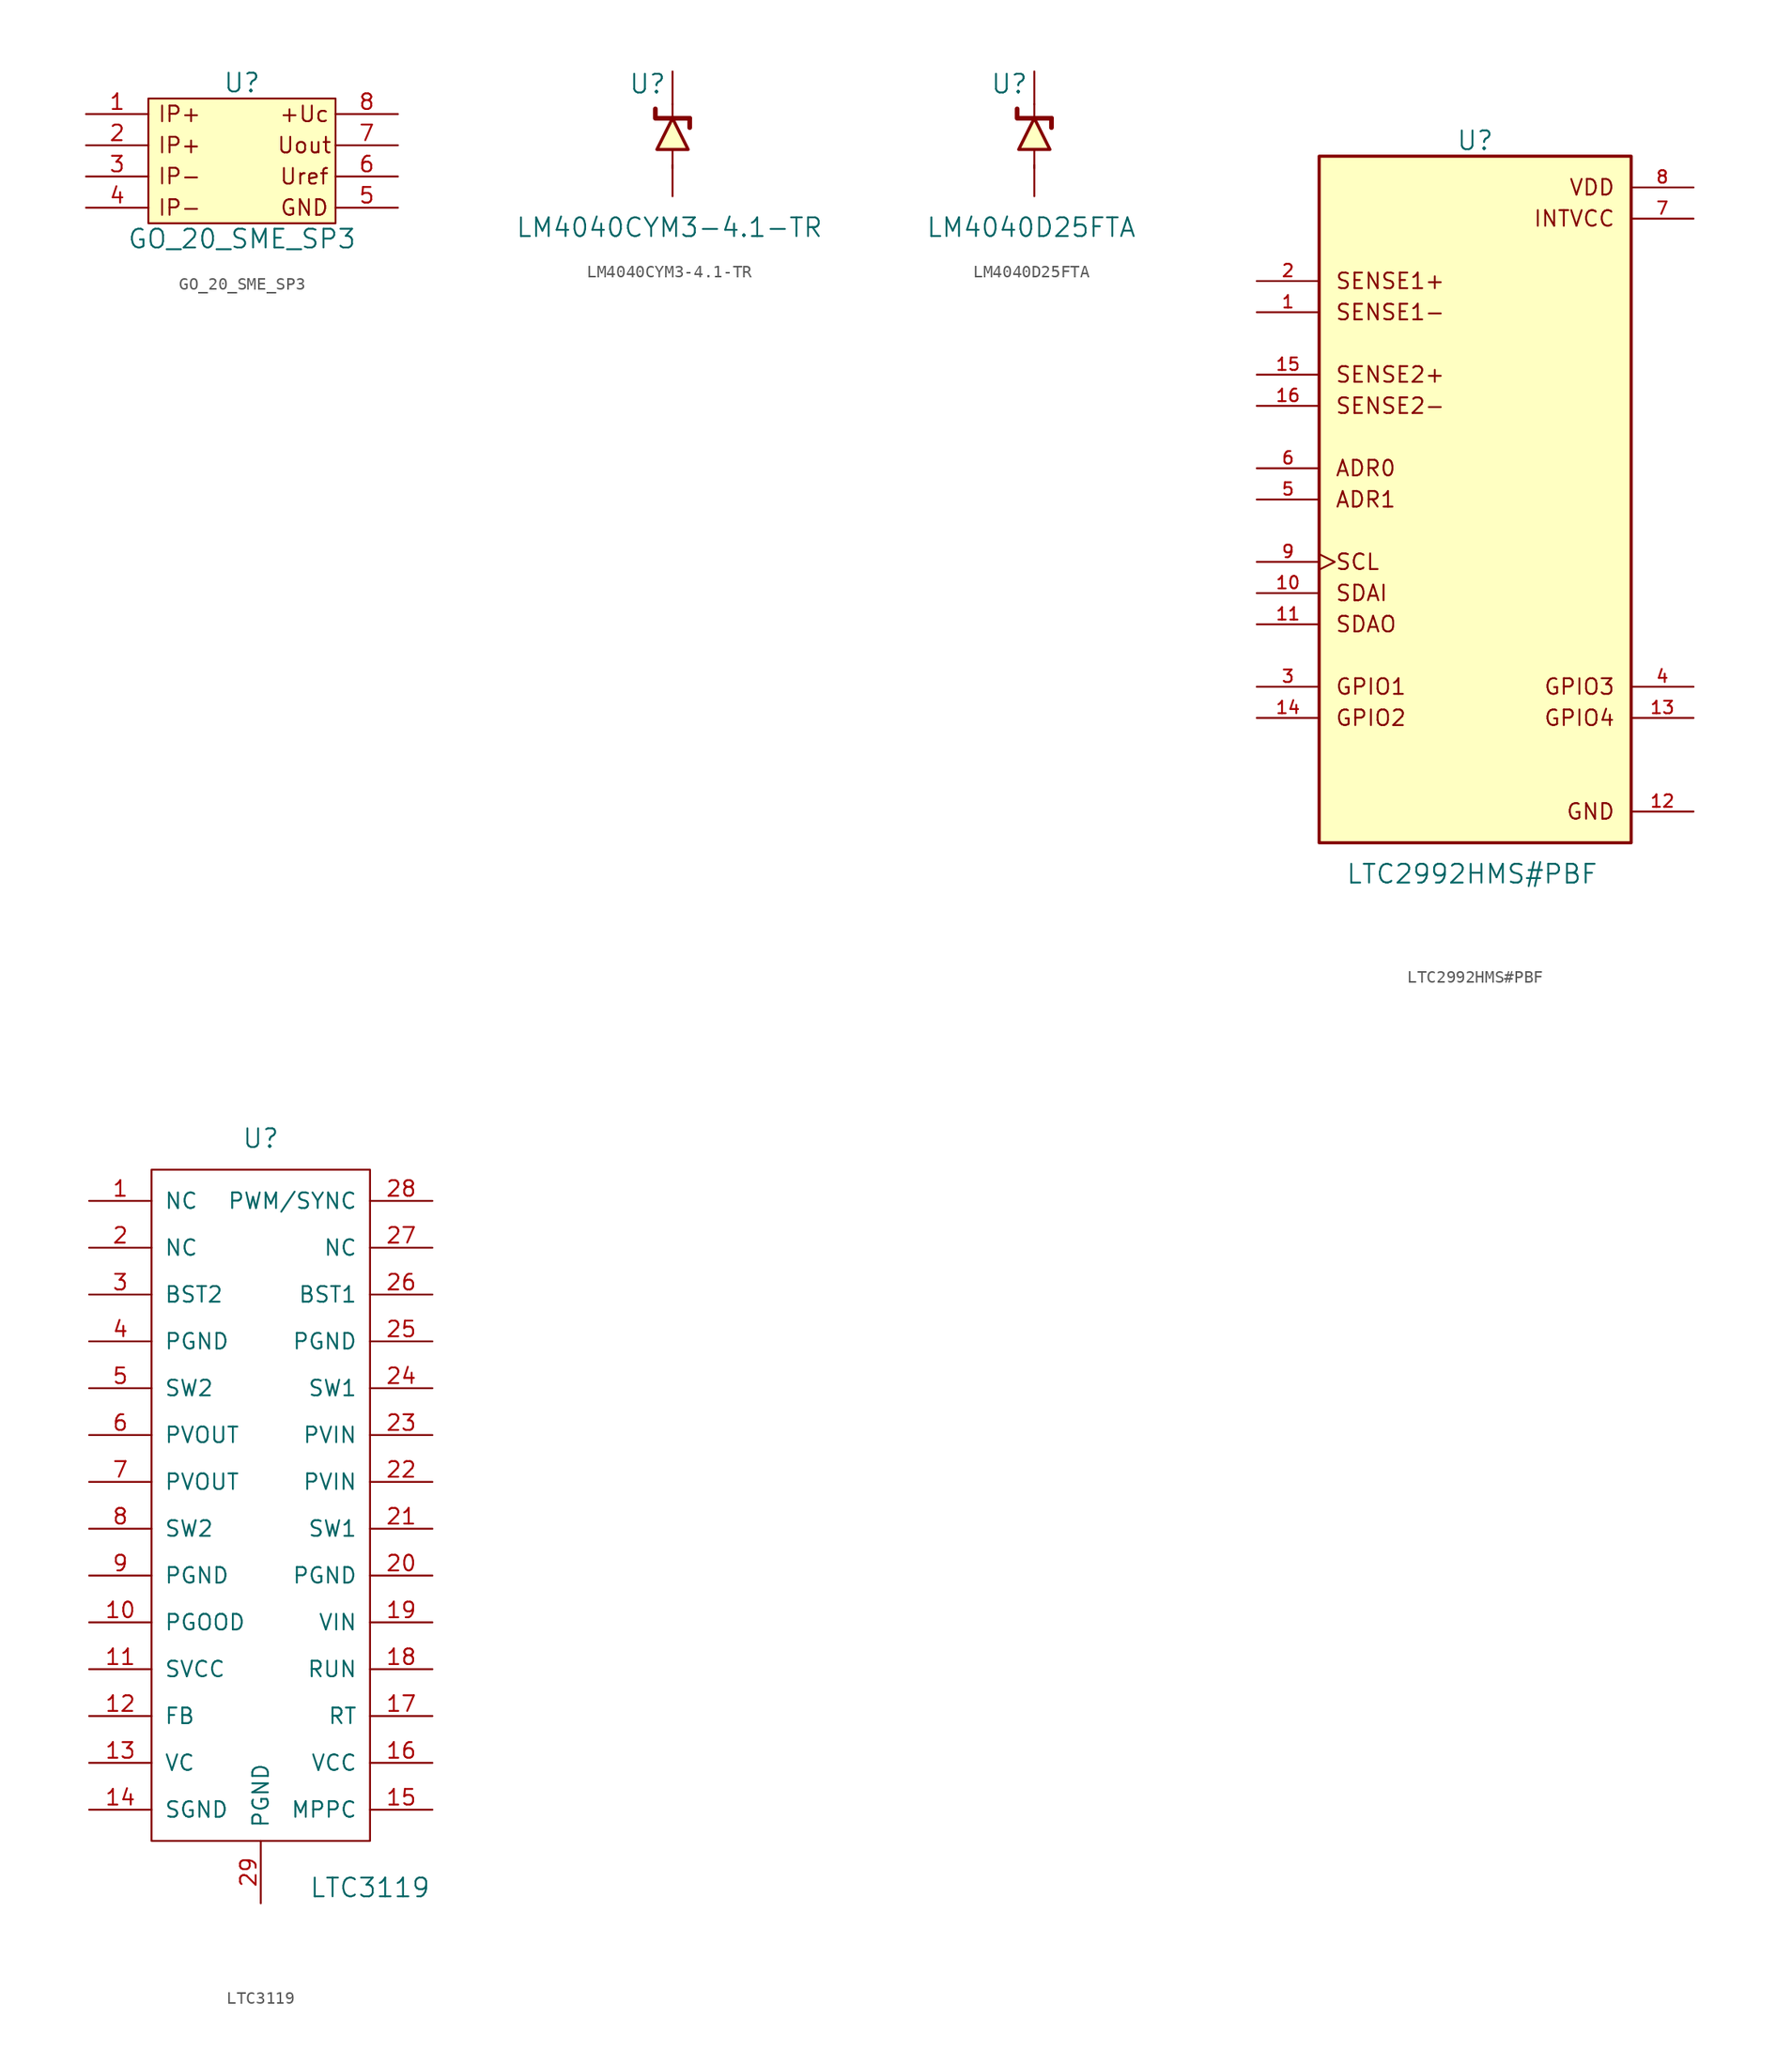
<source format=kicad_sym>
(kicad_symbol_lib
  (version 20220914)
  (generator kicad_symbol_editor)
  (symbol "GO_20_SME_SP3"
    (pin_names
      (offset 0) hide)
    (property "Reference" "U"
      (at 0 8.89 0)
      (effects (font (size 1.524 1.524))))
    (property "Value" "GO_20_SME_SP3"
      (at 0 -3.81 0)
      (effects (font (size 1.524 1.524))))
    (symbol "GO_20_SME_SP3_0_0"
      (rectangle (start -7.62 7.62) (end 7.62 -2.54) (stroke (width 0) (type default)) (fill (type background)))
      (text "+Uc" (at 5.08 6.35 0) (effects (font (size 1.27 1.27))))
      (text "GND" (at 5.08 -1.27 0) (effects (font (size 1.27 1.27))))
      (text "IP+" (at -5.08 3.81 0) (effects (font (size 1.27 1.27))))
      (text "IP+" (at -5.08 6.35 0) (effects (font (size 1.27 1.27))))
      (text "IP-" (at -5.08 -1.27 0) (effects (font (size 1.27 1.27))))
      (text "IP-" (at -5.08 2.032 0) (effects (font (size 1.27 1.27)) (justify top)))
      (text "Uout" (at 5.08 3.81 0) (effects (font (size 1.27 1.27))))
      (text "Uref" (at 5.08 1.27 0) (effects (font (size 1.27 1.27)))))
    (symbol "GO_20_SME_SP3_1_1"
      (pin input line (at -12.7 6.35 0) (length 5.08) (name "IP+" (effects (font (size 1.27 1.27)))) (number "1" (effects (font (size 1.27 1.27)))))
      (pin input line (at -12.7 3.81 0) (length 5.08) (name "IP+" (effects (font (size 1.27 1.27)))) (number "2" (effects (font (size 1.27 1.27)))))
      (pin output line (at -12.7 1.27 0) (length 5.08) (name "IP-" (effects (font (size 1.27 1.27)))) (number "3" (effects (font (size 1.27 1.27)))))
      (pin output line (at -12.7 -1.27 0) (length 5.08) (name "IP-" (effects (font (size 1.27 1.27)))) (number "4" (effects (font (size 1.27 1.27)))))
      (pin passive line (at 12.7 -1.27 180) (length 5.08) (name "GND" (effects (font (size 1.27 1.27)))) (number "5" (effects (font (size 1.27 1.27)))))
      (pin input line (at 12.7 1.27 180) (length 5.08) (name "~{FAULT}" (effects (font (size 1.27 1.27)))) (number "6" (effects (font (size 1.27 1.27)))))
      (pin output line (at 12.7 3.81 180) (length 5.08) (name "VIOUT" (effects (font (size 1.27 1.27)))) (number "7" (effects (font (size 1.27 1.27)))))
      (pin input line (at 12.7 6.35 180) (length 5.08) (name "VCC" (effects (font (size 1.27 1.27)))) (number "8" (effects (font (size 1.27 1.27)))))))
  (symbol "LM4040CYM3-4.1-TR"
    (pin_numbers hide)
    (pin_names
      (offset 0) hide)
    (property "Reference" "U"
      (at -2.032 4.064 0)
      (effects (font (size 1.524 1.524))))
    (property "Value" "LM4040CYM3-4.1-TR"
      (at -0.254 -7.62 0)
      (effects (font (size 1.524 1.524))))
    (symbol "LM4040CYM3-4.1-TR_0_1"
      (polyline (pts (xy 0 -2.794) (xy 0 -1.27)) (stroke (width 0) (type default)) (fill (type none)))
      (polyline (pts (xy 0 2.413) (xy 0 1.27)) (stroke (width 0) (type default)) (fill (type none)))
      (polyline (pts (xy 1.397 1.27) (xy 1.397 0.508)) (stroke (width 0.381) (type default)) (fill (type none)))
      (polyline (pts (xy 1.397 1.27) (xy -1.397 1.27) (xy -1.397 2.032)) (stroke (width 0.381) (type default)) (fill (type none)))
      (polyline (pts (xy -1.27 -1.27) (xy 1.27 -1.27) (xy 0 1.27) (xy -1.27 -1.27)) (stroke (width 0.254) (type default)) (fill (type background))))
    (symbol "LM4040CYM3-4.1-TR_1_1"
      (pin input line (at 0 5.08 270) (length 2.667) (name "Cathode" (effects (font (size 1.27 1.27)))) (number "1" (effects (font (size 1.27 1.27)))))
      (pin input line (at 0 -5.08 90) (length 2.54) (name "Anode" (effects (font (size 1.27 1.27)))) (number "2" (effects (font (size 1.27 1.27)))))))
  (symbol "LM4040D25FTA"
    (pin_numbers hide)
    (pin_names
      (offset 0) hide)
    (property "Reference" "U"
      (at -2.032 4.064 0)
      (effects (font (size 1.524 1.524))))
    (property "Value" "LM4040D25FTA"
      (at -0.254 -7.62 0)
      (effects (font (size 1.524 1.524))))
    (symbol "LM4040D25FTA_0_1"
      (polyline (pts (xy 0 -2.794) (xy 0 -1.27)) (stroke (width 0) (type default)) (fill (type none)))
      (polyline (pts (xy 0 2.413) (xy 0 1.27)) (stroke (width 0) (type default)) (fill (type none)))
      (polyline (pts (xy 1.397 1.27) (xy 1.397 0.508)) (stroke (width 0.381) (type default)) (fill (type none)))
      (polyline (pts (xy 1.397 1.27) (xy -1.397 1.27) (xy -1.397 2.032)) (stroke (width 0.381) (type default)) (fill (type none)))
      (polyline (pts (xy -1.27 -1.27) (xy 1.27 -1.27) (xy 0 1.27) (xy -1.27 -1.27)) (stroke (width 0.254) (type default)) (fill (type background))))
    (symbol "LM4040D25FTA_1_1"
      (pin input line (at 0 5.08 270) (length 2.667) (name "Cathode" (effects (font (size 1.27 1.27)))) (number "1" (effects (font (size 1.27 1.27)))))
      (pin input line (at 0 -5.08 90) (length 2.54) (name "Anode" (effects (font (size 1.27 1.27)))) (number "2" (effects (font (size 1.27 1.27)))))))
  (symbol "LTC2992HMS#PBF"
    (pin_names
      (offset 0) hide)
    (property "Reference" "U"
      (at 0 57.15 0)
      (effects (font (size 1.524 1.524))))
    (property "Value" "LTC2992HMS#PBF"
      (at -0.254 -2.54 0)
      (effects (font (size 1.524 1.524))))
    (symbol "LTC2992HMS#PBF_0_0"
      (text "ADR0" (at -11.43 30.48 0) (effects (font (size 1.27 1.27)) (justify left)))
      (text "ADR1" (at -11.43 27.94 0) (effects (font (size 1.27 1.27)) (justify left)))
      (text "GND" (at 11.43 2.54 0) (effects (font (size 1.27 1.27)) (justify right)))
      (text "GPIO1" (at -11.43 12.7 0) (effects (font (size 1.27 1.27)) (justify left)))
      (text "GPIO2" (at -11.43 10.16 0) (effects (font (size 1.27 1.27)) (justify left)))
      (text "GPIO3" (at 11.43 12.7 0) (effects (font (size 1.27 1.27)) (justify right)))
      (text "GPIO4" (at 11.43 10.16 0) (effects (font (size 1.27 1.27)) (justify right)))
      (text "INTVCC" (at 11.43 50.8 0) (effects (font (size 1.27 1.27)) (justify right)))
      (text "SCL" (at -11.43 22.86 0) (effects (font (size 1.27 1.27)) (justify left)))
      (text "SDAI" (at -11.43 20.32 0) (effects (font (size 1.27 1.27)) (justify left)))
      (text "SDAO" (at -11.43 17.78 0) (effects (font (size 1.27 1.27)) (justify left)))
      (text "SENSE1+" (at -11.43 45.72 0) (effects (font (size 1.27 1.27)) (justify left)))
      (text "SENSE1-" (at -11.43 43.18 0) (effects (font (size 1.27 1.27)) (justify left)))
      (text "SENSE2+" (at -11.43 38.1 0) (effects (font (size 1.27 1.27)) (justify left)))
      (text "SENSE2-" (at -11.43 35.56 0) (effects (font (size 1.27 1.27)) (justify left)))
      (text "VDD" (at 11.43 53.34 0) (effects (font (size 1.27 1.27)) (justify right))))
    (symbol "LTC2992HMS#PBF_1_1"
      (rectangle (start -12.7 0) (end 12.7 55.88) (stroke (width 0.254) (type default)) (fill (type background)))
      (pin input line (at -17.78 43.18 0) (length 5.08) (name "SENSE1–" (effects (font (size 1.016 1.016)))) (number "1" (effects (font (size 1.016 1.016)))))
      (pin passive line (at -17.78 20.32 0) (length 5.08) (name "SDAI" (effects (font (size 1.016 1.016)))) (number "10" (effects (font (size 1.016 1.016)))))
      (pin passive line (at -17.78 17.78 0) (length 5.08) (name "SDAO" (effects (font (size 1.016 1.016)))) (number "11" (effects (font (size 1.016 1.016)))))
      (pin power_in line (at 17.78 2.54 180) (length 5.08) (name "GND" (effects (font (size 1.016 1.016)))) (number "12" (effects (font (size 1.016 1.016)))))
      (pin bidirectional line (at 17.78 10.16 180) (length 5.08) (name "GPIO4" (effects (font (size 1.016 1.016)))) (number "13" (effects (font (size 1.016 1.016)))))
      (pin bidirectional line (at -17.78 10.16 0) (length 5.08) (name "GPIO2" (effects (font (size 1.016 1.016)))) (number "14" (effects (font (size 1.016 1.016)))))
      (pin input line (at -17.78 38.1 0) (length 5.08) (name "SENSE2+" (effects (font (size 1.016 1.016)))) (number "15" (effects (font (size 1.016 1.016)))))
      (pin input line (at -17.78 35.56 0) (length 5.08) (name "SENSE2–" (effects (font (size 1.016 1.016)))) (number "16" (effects (font (size 1.016 1.016)))))
      (pin input line (at -17.78 45.72 0) (length 5.08) (name "SENSE1+" (effects (font (size 1.016 1.016)))) (number "2" (effects (font (size 1.016 1.016)))))
      (pin bidirectional line (at -17.78 12.7 0) (length 5.08) (name "GPIO1" (effects (font (size 1.016 1.016)))) (number "3" (effects (font (size 1.016 1.016)))))
      (pin bidirectional line (at 17.78 12.7 180) (length 5.08) (name "GPIO3" (effects (font (size 1.016 1.016)))) (number "4" (effects (font (size 1.016 1.016)))))
      (pin input line (at -17.78 27.94 0) (length 5.08) (name "ADR1" (effects (font (size 1.016 1.016)))) (number "5" (effects (font (size 1.016 1.016)))))
      (pin input line (at -17.78 30.48 0) (length 5.08) (name "ADR0" (effects (font (size 1.016 1.016)))) (number "6" (effects (font (size 1.016 1.016)))))
      (pin passive line (at 17.78 50.8 180) (length 5.08) (name "INTVCC" (effects (font (size 1.016 1.016)))) (number "7" (effects (font (size 1.016 1.016)))))
      (pin power_in line (at 17.78 53.34 180) (length 5.08) (name "VDD" (effects (font (size 1.016 1.016)))) (number "8" (effects (font (size 1.016 1.016)))))
      (pin input clock (at -17.78 22.86 0) (length 5.08) (name "SCL" (effects (font (size 1.016 1.016)))) (number "9" (effects (font (size 1.016 1.016)))))))
  (symbol "LTC3119"
    (pin_names
      (offset 1.016))
    (property "Reference" "U"
      (at 0 30.48 0)
      (effects (font (size 1.524 1.524))))
    (property "Value" "LTC3119"
      (at 8.89 -30.48 0)
      (effects (font (size 1.524 1.524))))
    (symbol "LTC3119_0_1"
      (rectangle (start -8.89 27.94) (end 8.89 -26.67) (stroke (width 0) (type default)) (fill (type none))))
    (symbol "LTC3119_1_1"
      (pin input line (at -13.97 25.4 0) (length 5.08) (name "NC" (effects (font (size 1.27 1.27)))) (number "1" (effects (font (size 1.27 1.27)))))
      (pin passive line (at -13.97 -8.89 0) (length 5.08) (name "PGOOD" (effects (font (size 1.27 1.27)))) (number "10" (effects (font (size 1.27 1.27)))))
      (pin input line (at -13.97 -12.7 0) (length 5.08) (name "SVCC" (effects (font (size 1.27 1.27)))) (number "11" (effects (font (size 1.27 1.27)))))
      (pin input line (at -13.97 -16.51 0) (length 5.08) (name "FB" (effects (font (size 1.27 1.27)))) (number "12" (effects (font (size 1.27 1.27)))))
      (pin input line (at -13.97 -20.32 0) (length 5.08) (name "VC" (effects (font (size 1.27 1.27)))) (number "13" (effects (font (size 1.27 1.27)))))
      (pin input line (at -13.97 -24.13 0) (length 5.08) (name "SGND" (effects (font (size 1.27 1.27)))) (number "14" (effects (font (size 1.27 1.27)))))
      (pin input line (at 13.97 -24.13 180) (length 5.08) (name "MPPC" (effects (font (size 1.27 1.27)))) (number "15" (effects (font (size 1.27 1.27)))))
      (pin input line (at 13.97 -20.32 180) (length 5.08) (name "VCC" (effects (font (size 1.27 1.27)))) (number "16" (effects (font (size 1.27 1.27)))))
      (pin input line (at 13.97 -16.51 180) (length 5.08) (name "RT" (effects (font (size 1.27 1.27)))) (number "17" (effects (font (size 1.27 1.27)))))
      (pin input line (at 13.97 -12.7 180) (length 5.08) (name "RUN" (effects (font (size 1.27 1.27)))) (number "18" (effects (font (size 1.27 1.27)))))
      (pin passive line (at 13.97 -8.89 180) (length 5.08) (name "VIN" (effects (font (size 1.27 1.27)))) (number "19" (effects (font (size 1.27 1.27)))))
      (pin input line (at -13.97 21.59 0) (length 5.08) (name "NC" (effects (font (size 1.27 1.27)))) (number "2" (effects (font (size 1.27 1.27)))))
      (pin input line (at 13.97 -5.08 180) (length 5.08) (name "PGND" (effects (font (size 1.27 1.27)))) (number "20" (effects (font (size 1.27 1.27)))))
      (pin input line (at 13.97 -1.27 180) (length 5.08) (name "SW1" (effects (font (size 1.27 1.27)))) (number "21" (effects (font (size 1.27 1.27)))))
      (pin input line (at 13.97 2.54 180) (length 5.08) (name "PVIN" (effects (font (size 1.27 1.27)))) (number "22" (effects (font (size 1.27 1.27)))))
      (pin input line (at 13.97 6.35 180) (length 5.08) (name "PVIN" (effects (font (size 1.27 1.27)))) (number "23" (effects (font (size 1.27 1.27)))))
      (pin input line (at 13.97 10.16 180) (length 5.08) (name "SW1" (effects (font (size 1.27 1.27)))) (number "24" (effects (font (size 1.27 1.27)))))
      (pin input line (at 13.97 13.97 180) (length 5.08) (name "PGND" (effects (font (size 1.27 1.27)))) (number "25" (effects (font (size 1.27 1.27)))))
      (pin passive line (at 13.97 17.78 180) (length 5.08) (name "BST1" (effects (font (size 1.27 1.27)))) (number "26" (effects (font (size 1.27 1.27)))))
      (pin input line (at 13.97 21.59 180) (length 5.08) (name "NC" (effects (font (size 1.27 1.27)))) (number "27" (effects (font (size 1.27 1.27)))))
      (pin input line (at 13.97 25.4 180) (length 5.08) (name "PWM/SYNC" (effects (font (size 1.27 1.27)))) (number "28" (effects (font (size 1.27 1.27)))))
      (pin input line (at 0 -31.75 90) (length 5.08) (name "PGND" (effects (font (size 1.27 1.27)))) (number "29" (effects (font (size 1.27 1.27)))))
      (pin passive line (at -13.97 17.78 0) (length 5.08) (name "BST2" (effects (font (size 1.27 1.27)))) (number "3" (effects (font (size 1.27 1.27)))))
      (pin input line (at -13.97 13.97 0) (length 5.08) (name "PGND" (effects (font (size 1.27 1.27)))) (number "4" (effects (font (size 1.27 1.27)))))
      (pin input line (at -13.97 10.16 0) (length 5.08) (name "SW2" (effects (font (size 1.27 1.27)))) (number "5" (effects (font (size 1.27 1.27)))))
      (pin input line (at -13.97 6.35 0) (length 5.08) (name "PVOUT" (effects (font (size 1.27 1.27)))) (number "6" (effects (font (size 1.27 1.27)))))
      (pin input line (at -13.97 2.54 0) (length 5.08) (name "PVOUT" (effects (font (size 1.27 1.27)))) (number "7" (effects (font (size 1.27 1.27)))))
      (pin input line (at -13.97 -1.27 0) (length 5.08) (name "SW2" (effects (font (size 1.27 1.27)))) (number "8" (effects (font (size 1.27 1.27)))))
      (pin input line (at -13.97 -5.08 0) (length 5.08) (name "PGND" (effects (font (size 1.27 1.27)))) (number "9" (effects (font (size 1.27 1.27))))))))
</source>
